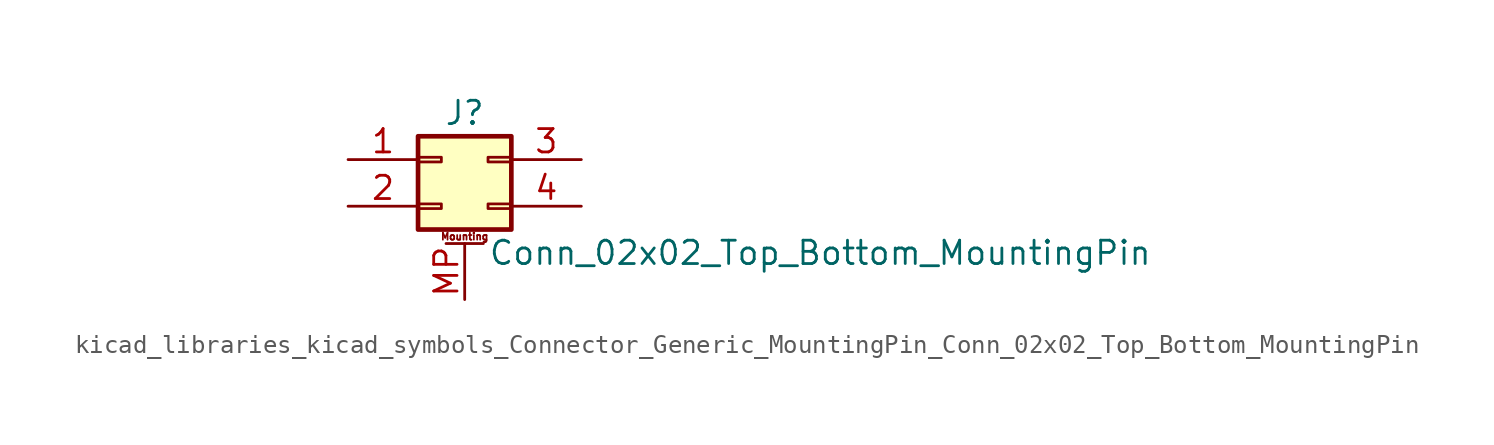
<source format=kicad_sym>
(kicad_symbol_lib
  (version 20220914)
  (generator kicad_symbol_editor)
  (symbol "kicad_libraries_kicad_symbols_Connector_Generic_MountingPin_Conn_02x02_Top_Bottom_MountingPin"
    (pin_names
      (offset 1.016) hide)
    (property "Reference" "J"
      (at 1.27 2.54 0)
      (effects (font (size 1.27 1.27))))
    (property "Value" "Conn_02x02_Top_Bottom_MountingPin"
      (at 2.54 -5.08 0)
      (effects (font (size 1.27 1.27)) (justify left)))
    (symbol "kicad_libraries_kicad_symbols_Connector_Generic_MountingPin_Conn_02x02_Top_Bottom_MountingPin_1_1"
      (rectangle (start -1.27 -2.413) (end 0 -2.667) (stroke (width 0.152) (type default)) (fill (type none)))
      (rectangle (start -1.27 0.127) (end 0 -0.127) (stroke (width 0.152) (type default)) (fill (type none)))
      (rectangle (start -1.27 1.27) (end 3.81 -3.81) (stroke (width 0.254) (type default)) (fill (type background)))
      (polyline (pts (xy 0.254 -4.572) (xy 2.286 -4.572)) (stroke (width 0.152) (type default)) (fill (type none)))
      (rectangle (start 3.81 -2.413) (end 2.54 -2.667) (stroke (width 0.152) (type default)) (fill (type none)))
      (rectangle (start 3.81 0.127) (end 2.54 -0.127) (stroke (width 0.152) (type default)) (fill (type none)))
      (text "Mounting" (at 1.27 -4.191 0) (effects (font (size 0.381 0.381))))
      (pin passive line (at -5.08 0 0) (length 3.81) (name "Pin_1" (effects (font (size 1.27 1.27)))) (number "1" (effects (font (size 1.27 1.27)))))
      (pin passive line (at -5.08 -2.54 0) (length 3.81) (name "Pin_2" (effects (font (size 1.27 1.27)))) (number "2" (effects (font (size 1.27 1.27)))))
      (pin passive line (at 7.62 0 180) (length 3.81) (name "Pin_3" (effects (font (size 1.27 1.27)))) (number "3" (effects (font (size 1.27 1.27)))))
      (pin passive line (at 7.62 -2.54 180) (length 3.81) (name "Pin_4" (effects (font (size 1.27 1.27)))) (number "4" (effects (font (size 1.27 1.27)))))
      (pin passive line (at 1.27 -7.62 90) (length 3.048) (name "MountPin" (effects (font (size 1.27 1.27)))) (number "MP" (effects (font (size 1.27 1.27))))))))
</source>
